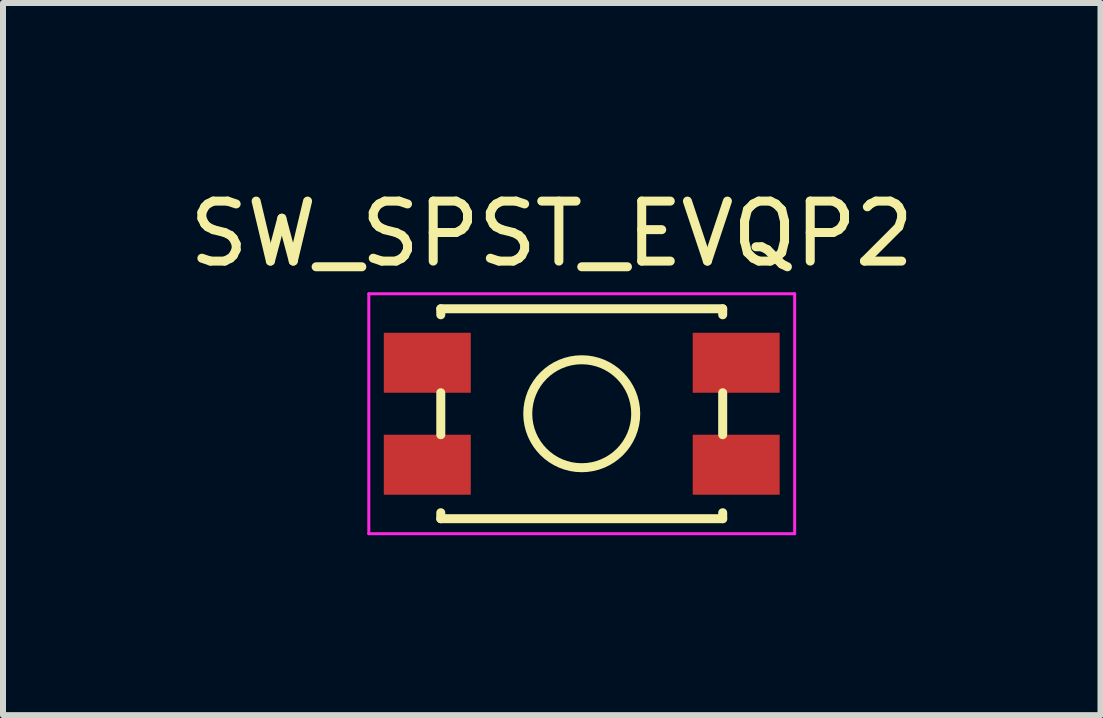
<source format=kicad_pcb>
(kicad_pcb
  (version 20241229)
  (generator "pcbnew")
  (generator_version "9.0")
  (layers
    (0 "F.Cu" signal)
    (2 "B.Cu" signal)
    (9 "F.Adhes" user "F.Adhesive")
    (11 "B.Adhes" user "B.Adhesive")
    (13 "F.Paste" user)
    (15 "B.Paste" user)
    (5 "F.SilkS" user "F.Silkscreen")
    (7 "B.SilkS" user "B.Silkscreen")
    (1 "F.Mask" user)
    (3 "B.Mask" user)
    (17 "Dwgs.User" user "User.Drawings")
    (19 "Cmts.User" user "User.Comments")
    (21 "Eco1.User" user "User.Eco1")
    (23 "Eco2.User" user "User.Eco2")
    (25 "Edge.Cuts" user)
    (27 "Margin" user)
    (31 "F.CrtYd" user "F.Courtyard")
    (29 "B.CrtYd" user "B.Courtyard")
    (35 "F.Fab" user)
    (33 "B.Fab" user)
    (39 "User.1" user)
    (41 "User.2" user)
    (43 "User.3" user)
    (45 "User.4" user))
  (footprint "SW_SPST_EVQP2"
    (layer "F.Cu")
    (at 6.649 3.848)
    (property "Reference" "SW_SPST_EVQP2" (at -0.5 -3 0) (layer "F.SilkS") (effects (font (size 1 1) (thickness 0.15))))
    (attr smd)
    (fp_line (start -2.35 -1.75) (end -2.35 -1.65) (stroke (width 0.15) (type solid)) (layer "F.SilkS"))
    (fp_line (start -2.35 -0.35) (end -2.35 0.35) (stroke (width 0.15) (type solid)) (layer "F.SilkS"))
    (fp_line (start -2.35 1.65) (end -2.35 1.75) (stroke (width 0.15) (type solid)) (layer "F.SilkS"))
    (fp_line (start -2.35 1.75) (end 2.35 1.75) (stroke (width 0.15) (type solid)) (layer "F.SilkS"))
    (fp_line (start 2.35 -1.75) (end -2.35 -1.75) (stroke (width 0.15) (type solid)) (layer "F.SilkS"))
    (fp_line (start 2.35 -1.75) (end 2.35 -1.65) (stroke (width 0.15) (type solid)) (layer "F.SilkS"))
    (fp_line (start 2.35 -0.35) (end 2.35 0.35) (stroke (width 0.15) (type solid)) (layer "F.SilkS"))
    (fp_line (start 2.35 1.75) (end 2.35 1.65) (stroke (width 0.15) (type solid)) (layer "F.SilkS"))
    (fp_circle (center 0 0) (end 0.9 0) (stroke (width 0.15) (type solid)) (fill no) (layer "F.SilkS"))
    (fp_line (start -3.55 -2) (end 3.55 -2) (stroke (width 0.05) (type solid)) (layer "F.CrtYd"))
    (fp_line (start -3.55 2) (end -3.55 -2) (stroke (width 0.05) (type solid)) (layer "F.CrtYd"))
    (fp_line (start 3.55 -2) (end 3.55 2) (stroke (width 0.05) (type solid)) (layer "F.CrtYd"))
    (fp_line (start 3.55 2) (end -3.55 2) (stroke (width 0.05) (type solid)) (layer "F.CrtYd"))
    (pad "1" smd rect (at -2.575 -0.85) (size 1.45 1) (layers "F.Cu" "F.Mask" "F.Paste"))
    (pad "1" smd rect (at 2.575 -0.85) (size 1.45 1) (layers "F.Cu" "F.Mask" "F.Paste"))
    (pad "2" smd rect (at -2.575 0.85) (size 1.45 1) (layers "F.Cu" "F.Mask" "F.Paste"))
    (pad "2" smd rect (at 2.575 0.85) (size 1.45 1) (layers "F.Cu" "F.Mask" "F.Paste")))
  (gr_rect
    (start -3 -3)
    (end 15.298 8.873)
    (stroke (width 0.1) (type default))
    (fill no)
    (layer "Edge.Cuts")))
</source>
